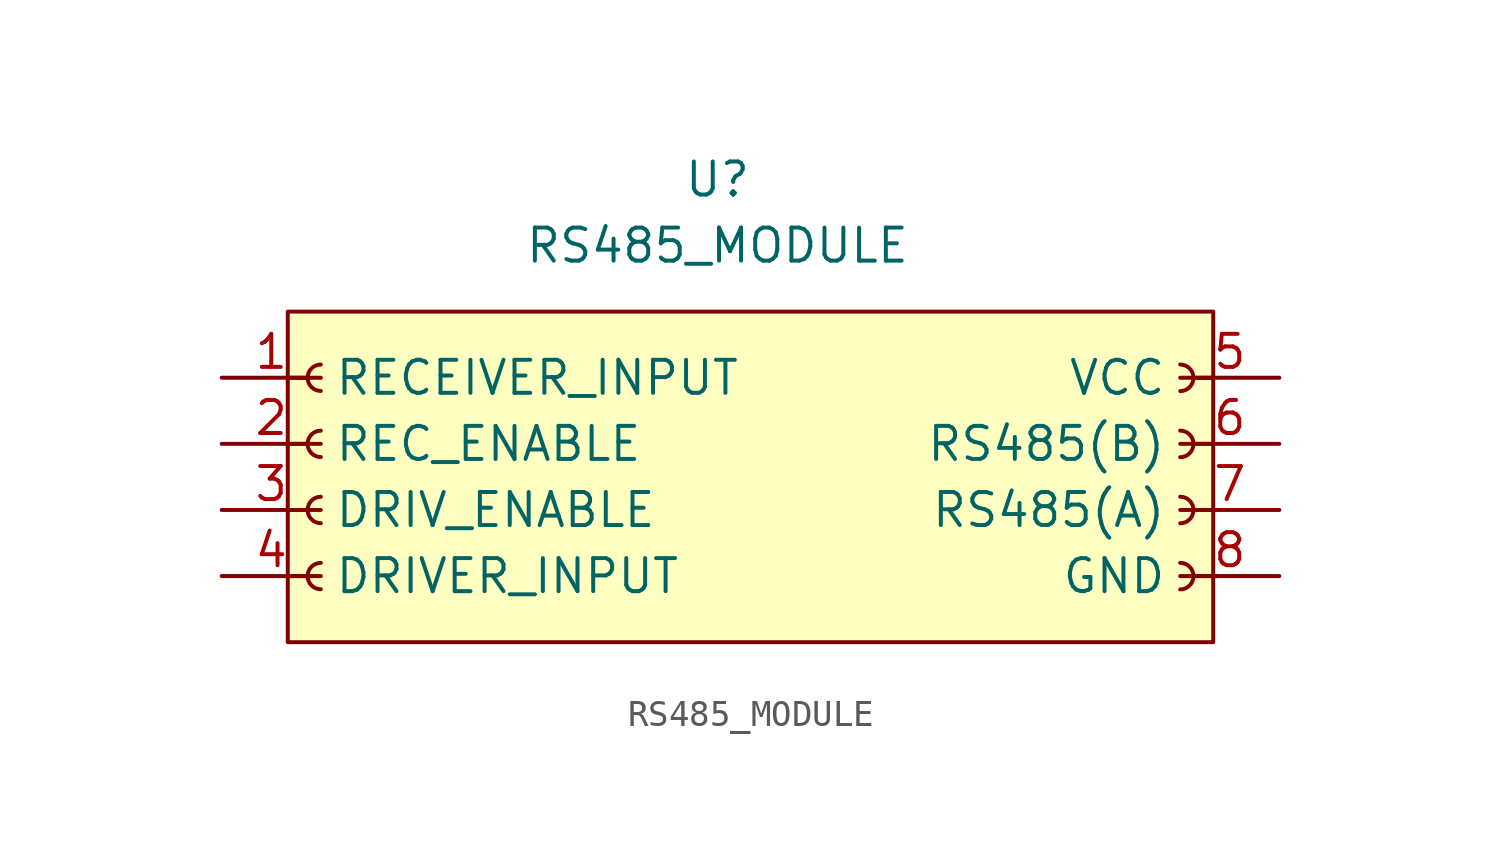
<source format=kicad_sym>
(kicad_symbol_lib
  (version 20211014)
  (generator kicad_symbol_editor)
  (symbol "RS485_MODULE"
    (property "Reference" "U"
      (at 0 12.7 0)
      (effects (font (size 1.27 1.27))))
    (property "Value" "RS485_MODULE"
      (at 0 10.16 0)
      (effects (font (size 1.27 1.27))))
    (symbol "RS485_MODULE_0_1"
      (rectangle (start -16.51 7.62) (end 19.05 -5.08) (stroke (width 0) (type default) (color 0 0 0 0)) (fill (type background))))
    (symbol "RS485_MODULE_1_1"
      (arc (start -15.24 -2.032) (mid -15.748 -2.54) (end -15.24 -3.048) (stroke (width 0.1524) (type default) (color 0 0 0 0)) (fill (type none)))
      (arc (start -15.24 0.508) (mid -15.748 0) (end -15.24 -0.508) (stroke (width 0.1524) (type default) (color 0 0 0 0)) (fill (type none)))
      (arc (start -15.24 3.048) (mid -15.748 2.54) (end -15.24 2.032) (stroke (width 0.1524) (type default) (color 0 0 0 0)) (fill (type none)))
      (arc (start -15.24 5.588) (mid -15.748 5.08) (end -15.24 4.572) (stroke (width 0.1524) (type default) (color 0 0 0 0)) (fill (type none)))
      (polyline (pts (xy -16.51 -2.54) (xy -15.748 -2.54)) (stroke (width 0.152) (type default) (color 0 0 0 0)) (fill (type none)))
      (polyline (pts (xy -16.51 0) (xy -15.748 0)) (stroke (width 0.152) (type default) (color 0 0 0 0)) (fill (type none)))
      (polyline (pts (xy -16.51 2.54) (xy -15.748 2.54)) (stroke (width 0.152) (type default) (color 0 0 0 0)) (fill (type none)))
      (polyline (pts (xy -16.51 5.08) (xy -15.748 5.08)) (stroke (width 0.152) (type default) (color 0 0 0 0)) (fill (type none)))
      (polyline (pts (xy 19.05 -2.54) (xy 18.288 -2.54)) (stroke (width 0.152) (type default) (color 0 0 0 0)) (fill (type none)))
      (polyline (pts (xy 19.05 0) (xy 18.288 0)) (stroke (width 0.152) (type default) (color 0 0 0 0)) (fill (type none)))
      (polyline (pts (xy 19.05 2.54) (xy 18.288 2.54)) (stroke (width 0.152) (type default) (color 0 0 0 0)) (fill (type none)))
      (polyline (pts (xy 19.05 5.08) (xy 18.288 5.08)) (stroke (width 0.152) (type default) (color 0 0 0 0)) (fill (type none)))
      (arc (start 17.78 -3.048) (mid 18.288 -2.54) (end 17.78 -2.032) (stroke (width 0.1524) (type default) (color 0 0 0 0)) (fill (type none)))
      (arc (start 17.78 -0.508) (mid 18.288 0) (end 17.78 0.508) (stroke (width 0.1524) (type default) (color 0 0 0 0)) (fill (type none)))
      (arc (start 17.78 2.032) (mid 18.288 2.54) (end 17.78 3.048) (stroke (width 0.1524) (type default) (color 0 0 0 0)) (fill (type none)))
      (arc (start 17.78 4.572) (mid 18.288 5.08) (end 17.78 5.588) (stroke (width 0.1524) (type default) (color 0 0 0 0)) (fill (type none)))
      (pin passive line (at -19.05 5.08 0) (length 3.81) (name "RECEIVER_INPUT" (effects (font (size 1.27 1.27)))) (number "1" (effects (font (size 1.27 1.27)))))
      (pin passive line (at -19.05 2.54 0) (length 3.81) (name "REC_ENABLE" (effects (font (size 1.27 1.27)))) (number "2" (effects (font (size 1.27 1.27)))))
      (pin passive line (at -19.05 0 0) (length 3.81) (name "DRIV_ENABLE" (effects (font (size 1.27 1.27)))) (number "3" (effects (font (size 1.27 1.27)))))
      (pin passive line (at -19.05 -2.54 0) (length 3.81) (name "DRIVER_INPUT" (effects (font (size 1.27 1.27)))) (number "4" (effects (font (size 1.27 1.27)))))
      (pin power_in line (at 21.59 5.08 180) (length 3.81) (name "VCC" (effects (font (size 1.27 1.27)))) (number "5" (effects (font (size 1.27 1.27)))))
      (pin passive line (at 21.59 2.54 180) (length 3.81) (name "RS485(B)" (effects (font (size 1.27 1.27)))) (number "6" (effects (font (size 1.27 1.27)))))
      (pin passive line (at 21.59 0 180) (length 3.81) (name "RS485(A)" (effects (font (size 1.27 1.27)))) (number "7" (effects (font (size 1.27 1.27)))))
      (pin power_in line (at 21.59 -2.54 180) (length 3.81) (name "GND" (effects (font (size 1.27 1.27)))) (number "8" (effects (font (size 1.27 1.27))))))))
</source>
